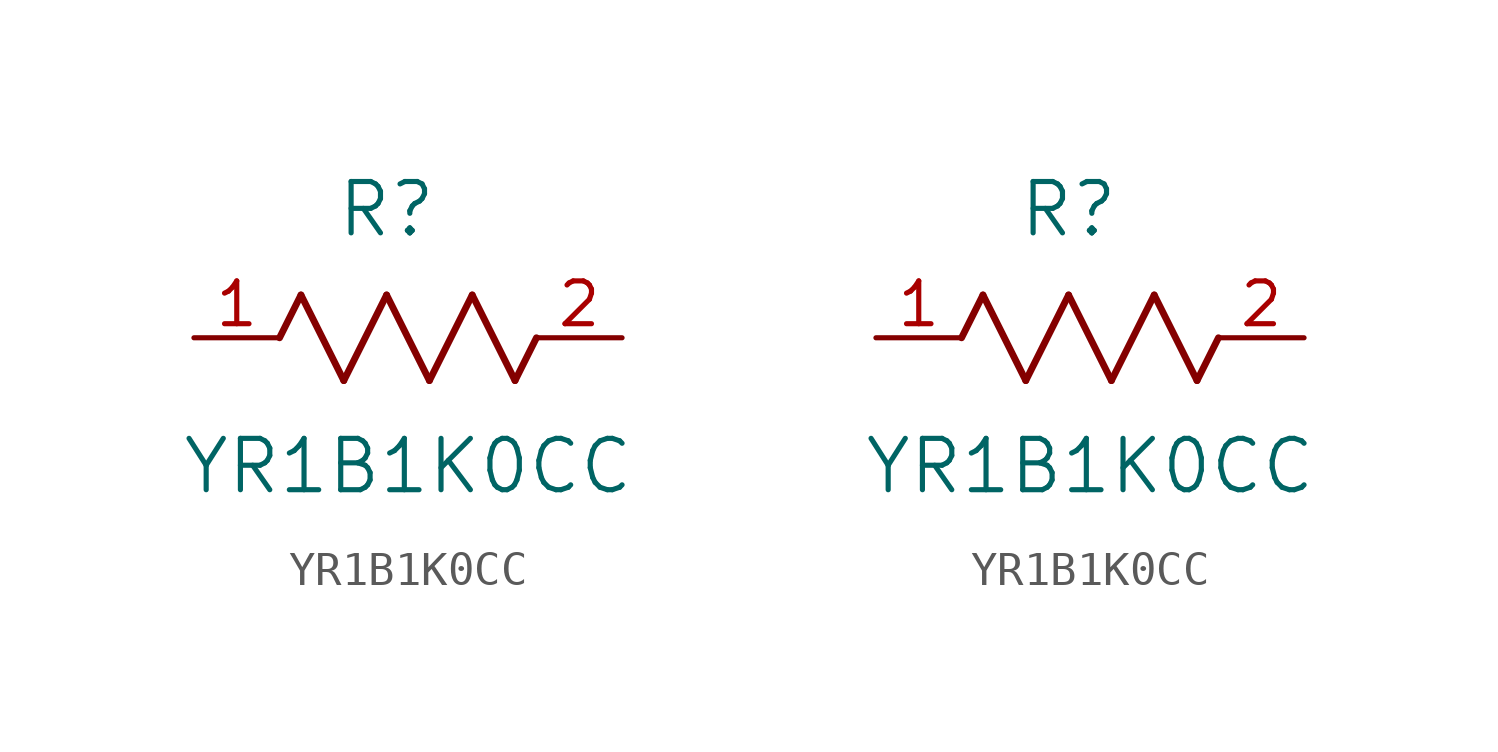
<source format=kicad_sym>
(kicad_symbol_lib
  (version 20211014)
  (generator kicad_symbol_editor)
  (symbol "YR1B1K0CC"
    (pin_names
      (offset 0.254))
    (property "Reference" "R"
      (at 5.715 3.81 0)
      (effects (font (size 1.524 1.524))))
    (property "Value" "YR1B1K0CC"
      (at 6.35 -3.81 0)
      (effects (font (size 1.524 1.524))))
    (symbol "YR1B1K0CC_1_1"
      (polyline (pts (xy 3.175 1.27) (xy 4.445 -1.27)) (stroke (width 0.203) (type default) (color 0 0 0 0)) (fill (type none)))
      (polyline (pts (xy 4.445 -1.27) (xy 5.715 1.27)) (stroke (width 0.203) (type default) (color 0 0 0 0)) (fill (type none)))
      (polyline (pts (xy 5.715 1.27) (xy 6.985 -1.27)) (stroke (width 0.203) (type default) (color 0 0 0 0)) (fill (type none)))
      (polyline (pts (xy 6.985 -1.27) (xy 8.255 1.27)) (stroke (width 0.203) (type default) (color 0 0 0 0)) (fill (type none)))
      (polyline (pts (xy 8.255 1.27) (xy 9.525 -1.27)) (stroke (width 0.203) (type default) (color 0 0 0 0)) (fill (type none)))
      (polyline (pts (xy 2.54 0) (xy 3.175 1.27)) (stroke (width 0.203) (type default) (color 0 0 0 0)) (fill (type none)))
      (polyline (pts (xy 9.525 -1.27) (xy 10.16 0)) (stroke (width 0.203) (type default) (color 0 0 0 0)) (fill (type none)))
      (pin unspecified line (at 0 0 0) (length 2.54) (name "" (effects (font (size 1.27 1.27)))) (number "1" (effects (font (size 1.27 1.27)))))
      (pin unspecified line (at 12.7 0 180) (length 2.54) (name "" (effects (font (size 1.27 1.27)))) (number "2" (effects (font (size 1.27 1.27))))))
    (symbol "YR1B1K0CC_1_2"
      (polyline (pts (xy 3.175 1.27) (xy 4.445 -1.27)) (stroke (width 0.203) (type default) (color 0 0 0 0)) (fill (type none)))
      (polyline (pts (xy 4.445 -1.27) (xy 5.715 1.27)) (stroke (width 0.203) (type default) (color 0 0 0 0)) (fill (type none)))
      (polyline (pts (xy 5.715 1.27) (xy 6.985 -1.27)) (stroke (width 0.203) (type default) (color 0 0 0 0)) (fill (type none)))
      (polyline (pts (xy 6.985 -1.27) (xy 8.255 1.27)) (stroke (width 0.203) (type default) (color 0 0 0 0)) (fill (type none)))
      (polyline (pts (xy 8.255 1.27) (xy 9.525 -1.27)) (stroke (width 0.203) (type default) (color 0 0 0 0)) (fill (type none)))
      (polyline (pts (xy 2.54 0) (xy 3.175 1.27)) (stroke (width 0.203) (type default) (color 0 0 0 0)) (fill (type none)))
      (polyline (pts (xy 9.525 -1.27) (xy 10.16 0)) (stroke (width 0.203) (type default) (color 0 0 0 0)) (fill (type none)))
      (pin unspecified line (at 0 0 0) (length 2.54) (name "" (effects (font (size 1.27 1.27)))) (number "1" (effects (font (size 1.27 1.27)))))
      (pin unspecified line (at 12.7 0 180) (length 2.54) (name "" (effects (font (size 1.27 1.27)))) (number "2" (effects (font (size 1.27 1.27))))))))
</source>
